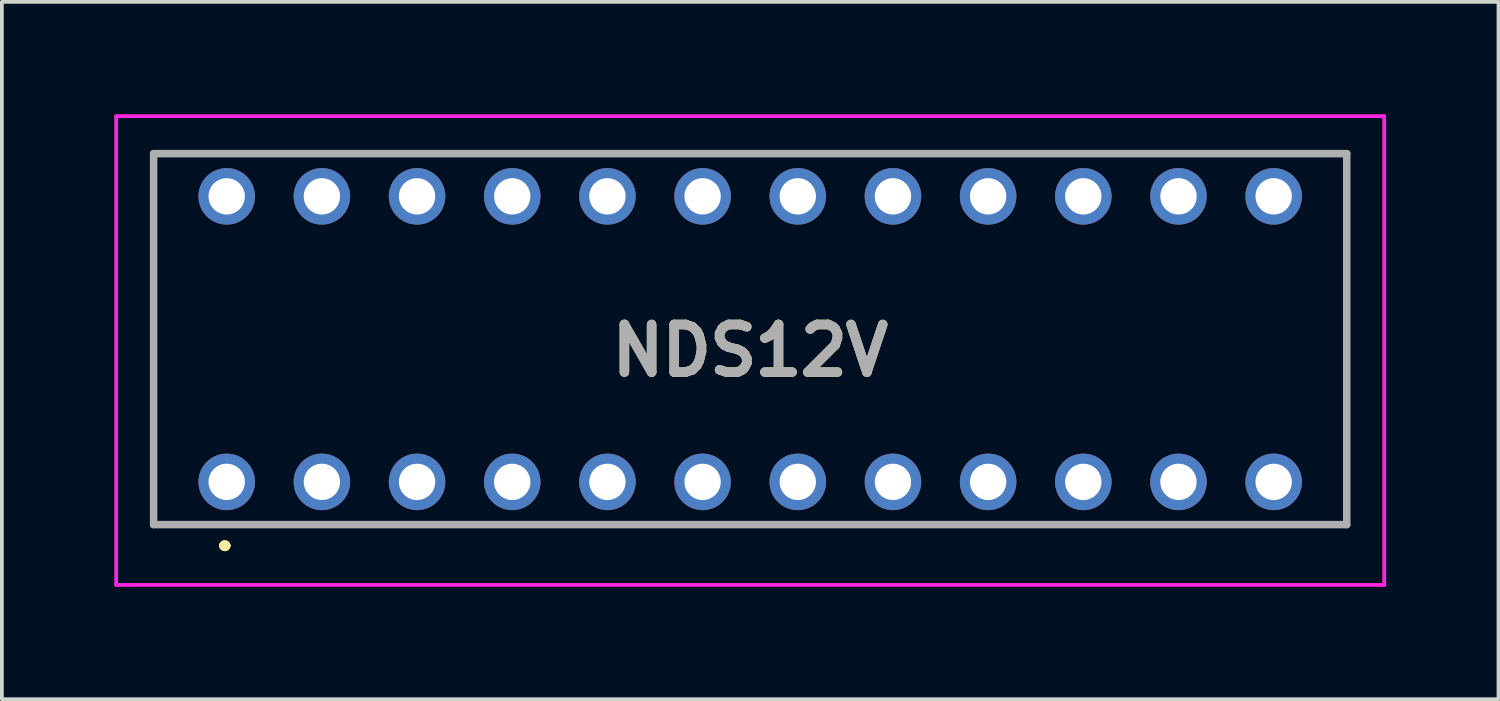
<source format=kicad_pcb>
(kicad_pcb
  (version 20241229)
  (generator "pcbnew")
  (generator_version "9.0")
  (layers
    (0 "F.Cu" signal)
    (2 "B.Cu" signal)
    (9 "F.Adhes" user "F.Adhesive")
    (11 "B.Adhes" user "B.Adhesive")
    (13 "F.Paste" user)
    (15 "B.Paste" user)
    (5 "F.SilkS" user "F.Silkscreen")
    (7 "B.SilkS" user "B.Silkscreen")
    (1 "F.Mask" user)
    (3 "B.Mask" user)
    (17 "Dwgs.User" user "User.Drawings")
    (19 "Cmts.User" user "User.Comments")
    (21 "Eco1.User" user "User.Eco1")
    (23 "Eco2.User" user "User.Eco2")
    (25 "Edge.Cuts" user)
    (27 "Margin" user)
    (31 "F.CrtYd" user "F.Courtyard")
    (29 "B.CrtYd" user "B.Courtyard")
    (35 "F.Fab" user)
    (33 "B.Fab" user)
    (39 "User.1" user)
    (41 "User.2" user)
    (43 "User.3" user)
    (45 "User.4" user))
  (footprint "NDS12V"
    (layer "F.Cu")
    (at 3 9.81)
    (property "Reference" "NDS12V" (at 13.97 -3.505 0) (layer "F.SilkS") (effects (font (size 1.27 1.27) (thickness 0.254))))
    (attr through_hole)
    (fp_line (start -1.95 -8.76) (end 29.89 -8.76) (stroke (width 0.1) (type solid)) (layer "F.SilkS"))
    (fp_line (start -1.95 1.14) (end -1.95 -8.76) (stroke (width 0.1) (type solid)) (layer "F.SilkS"))
    (fp_line (start -0.1 1.7) (end -0.1 1.7) (stroke (width 0.2) (type solid)) (layer "F.SilkS"))
    (fp_line (start -0.1 1.7) (end -0.1 1.7) (stroke (width 0.2) (type solid)) (layer "F.SilkS"))
    (fp_line (start 0 1.7) (end 0 1.7) (stroke (width 0.2) (type solid)) (layer "F.SilkS"))
    (fp_line (start 29.89 -8.76) (end 29.89 1.14) (stroke (width 0.1) (type solid)) (layer "F.SilkS"))
    (fp_line (start 29.89 1.14) (end -1.95 1.14) (stroke (width 0.1) (type solid)) (layer "F.SilkS"))
    (fp_arc (start -0.1 1.7) (mid -0.05 1.65) (end 0 1.7) (stroke (width 0.2) (type solid)) (layer "F.SilkS"))
    (fp_arc (start 0 1.7) (mid -0.05 1.75) (end -0.1 1.7) (stroke (width 0.2) (type solid)) (layer "F.SilkS"))
    (fp_arc (start 0 1.7) (mid -0.05 1.75) (end -0.1 1.7) (stroke (width 0.2) (type solid)) (layer "F.SilkS"))
    (fp_line (start -2.95 -9.76) (end 30.89 -9.76) (stroke (width 0.1) (type solid)) (layer "F.CrtYd"))
    (fp_line (start -2.95 2.75) (end -2.95 -9.76) (stroke (width 0.1) (type solid)) (layer "F.CrtYd"))
    (fp_line (start 30.89 -9.76) (end 30.89 2.75) (stroke (width 0.1) (type solid)) (layer "F.CrtYd"))
    (fp_line (start 30.89 2.75) (end -2.95 2.75) (stroke (width 0.1) (type solid)) (layer "F.CrtYd"))
    (fp_line (start -1.95 -8.76) (end -1.95 1.14) (stroke (width 0.2) (type solid)) (layer "F.Fab"))
    (fp_line (start -1.95 1.14) (end 29.89 1.14) (stroke (width 0.2) (type solid)) (layer "F.Fab"))
    (fp_line (start 29.89 -8.76) (end -1.95 -8.76) (stroke (width 0.2) (type solid)) (layer "F.Fab"))
    (fp_line (start 29.89 1.14) (end 29.89 -8.76) (stroke (width 0.2) (type solid)) (layer "F.Fab"))
    (fp_text user "${REFERENCE}" (at 13.97 -3.505 0) (layer "F.Fab") (effects (font (size 1.27 1.27) (thickness 0.254))))
    (pad "1" thru_hole circle (at 0 0) (size 1.509 1.509) (drill 0.97) (layers "*.Cu" "*.Mask"))
    (pad "2" thru_hole circle (at 2.54 0) (size 1.509 1.509) (drill 0.97) (layers "*.Cu" "*.Mask"))
    (pad "3" thru_hole circle (at 5.08 0) (size 1.509 1.509) (drill 0.97) (layers "*.Cu" "*.Mask"))
    (pad "4" thru_hole circle (at 7.62 0) (size 1.509 1.509) (drill 0.97) (layers "*.Cu" "*.Mask"))
    (pad "5" thru_hole circle (at 10.16 0) (size 1.509 1.509) (drill 0.97) (layers "*.Cu" "*.Mask"))
    (pad "6" thru_hole circle (at 12.7 0) (size 1.509 1.509) (drill 0.97) (layers "*.Cu" "*.Mask"))
    (pad "7" thru_hole circle (at 15.24 0) (size 1.509 1.509) (drill 0.97) (layers "*.Cu" "*.Mask"))
    (pad "8" thru_hole circle (at 17.78 0) (size 1.509 1.509) (drill 0.97) (layers "*.Cu" "*.Mask"))
    (pad "9" thru_hole circle (at 20.32 0) (size 1.509 1.509) (drill 0.97) (layers "*.Cu" "*.Mask"))
    (pad "10" thru_hole circle (at 22.86 0) (size 1.509 1.509) (drill 0.97) (layers "*.Cu" "*.Mask"))
    (pad "11" thru_hole circle (at 25.4 0) (size 1.509 1.509) (drill 0.97) (layers "*.Cu" "*.Mask"))
    (pad "12" thru_hole circle (at 27.94 0) (size 1.509 1.509) (drill 0.97) (layers "*.Cu" "*.Mask"))
    (pad "13" thru_hole circle (at 27.94 -7.62) (size 1.509 1.509) (drill 0.97) (layers "*.Cu" "*.Mask"))
    (pad "14" thru_hole circle (at 25.4 -7.62) (size 1.509 1.509) (drill 0.97) (layers "*.Cu" "*.Mask"))
    (pad "15" thru_hole circle (at 22.86 -7.62) (size 1.509 1.509) (drill 0.97) (layers "*.Cu" "*.Mask"))
    (pad "16" thru_hole circle (at 20.32 -7.62) (size 1.509 1.509) (drill 0.97) (layers "*.Cu" "*.Mask"))
    (pad "17" thru_hole circle (at 17.78 -7.62) (size 1.509 1.509) (drill 0.97) (layers "*.Cu" "*.Mask"))
    (pad "18" thru_hole circle (at 15.24 -7.62) (size 1.509 1.509) (drill 0.97) (layers "*.Cu" "*.Mask"))
    (pad "19" thru_hole circle (at 12.7 -7.62) (size 1.509 1.509) (drill 0.97) (layers "*.Cu" "*.Mask"))
    (pad "20" thru_hole circle (at 10.16 -7.62) (size 1.509 1.509) (drill 0.97) (layers "*.Cu" "*.Mask"))
    (pad "21" thru_hole circle (at 7.62 -7.62) (size 1.509 1.509) (drill 0.97) (layers "*.Cu" "*.Mask"))
    (pad "22" thru_hole circle (at 5.08 -7.62) (size 1.509 1.509) (drill 0.97) (layers "*.Cu" "*.Mask"))
    (pad "23" thru_hole circle (at 2.54 -7.62) (size 1.509 1.509) (drill 0.97) (layers "*.Cu" "*.Mask"))
    (pad "24" thru_hole circle (at 0 -7.62) (size 1.509 1.509) (drill 0.97) (layers "*.Cu" "*.Mask")))
  (gr_rect
    (start -3 -3)
    (end 36.94 15.61)
    (stroke (width 0.1) (type default))
    (fill no)
    (layer "Edge.Cuts")))
</source>
